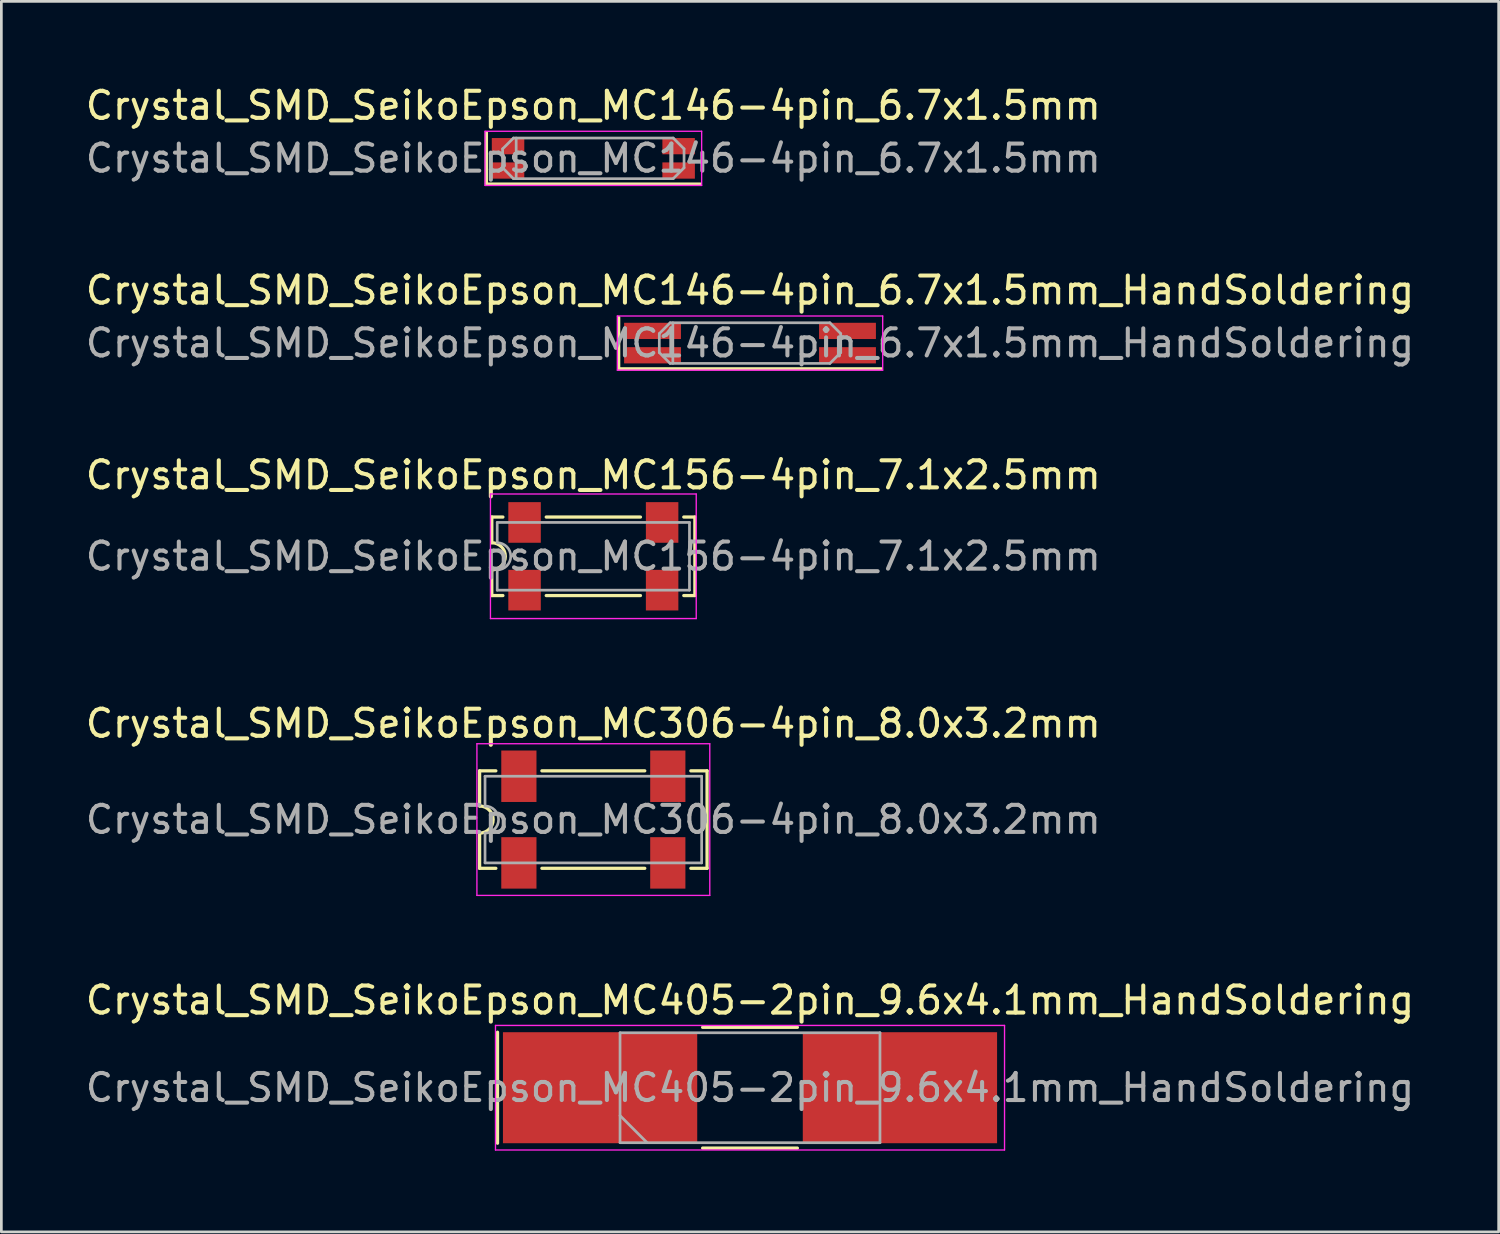
<source format=kicad_pcb>
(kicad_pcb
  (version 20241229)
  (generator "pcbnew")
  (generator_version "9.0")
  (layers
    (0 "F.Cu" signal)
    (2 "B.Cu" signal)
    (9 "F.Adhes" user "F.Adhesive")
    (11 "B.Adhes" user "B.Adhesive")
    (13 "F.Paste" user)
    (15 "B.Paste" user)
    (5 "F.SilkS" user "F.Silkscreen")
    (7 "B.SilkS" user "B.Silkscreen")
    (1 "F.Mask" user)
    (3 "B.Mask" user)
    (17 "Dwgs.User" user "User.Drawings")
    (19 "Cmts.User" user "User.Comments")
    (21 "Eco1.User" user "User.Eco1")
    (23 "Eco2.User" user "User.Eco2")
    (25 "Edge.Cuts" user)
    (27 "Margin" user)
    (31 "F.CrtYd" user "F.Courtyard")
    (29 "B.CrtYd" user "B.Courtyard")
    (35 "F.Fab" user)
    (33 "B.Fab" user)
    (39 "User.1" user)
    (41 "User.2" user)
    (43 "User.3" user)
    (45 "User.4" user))
  (footprint "Crystal_SMD_SeikoEpson_MC146-4pin_6.7x1.5mm"
    (layer "F.Cu")
    (at 18.863 2.798)
    (property "Reference" "Crystal_SMD_SeikoEpson_MC146-4pin_6.7x1.5mm" (at 0 -1.95 0) (layer "F.SilkS") (effects (font (size 1 1) (thickness 0.15))))
    (attr smd)
    (fp_line (start -3.95 -0.95) (end -3.95 0.95) (stroke (width 0.12) (type solid)) (layer "F.SilkS"))
    (fp_line (start -3.95 0.95) (end 3.95 0.95) (stroke (width 0.12) (type solid)) (layer "F.SilkS"))
    (fp_line (start -4 -1) (end -4 1) (stroke (width 0.05) (type solid)) (layer "F.CrtYd"))
    (fp_line (start -4 1) (end 4 1) (stroke (width 0.05) (type solid)) (layer "F.CrtYd"))
    (fp_line (start 4 -1) (end -4 -1) (stroke (width 0.05) (type solid)) (layer "F.CrtYd"))
    (fp_line (start 4 1) (end 4 -1) (stroke (width 0.05) (type solid)) (layer "F.CrtYd"))
    (fp_line (start -3.35 -0.35) (end -2.95 -0.75) (stroke (width 0.1) (type solid)) (layer "F.Fab"))
    (fp_line (start -3.35 0.35) (end -3.35 -0.35) (stroke (width 0.1) (type solid)) (layer "F.Fab"))
    (fp_line (start -2.95 -0.75) (end 2.95 -0.75) (stroke (width 0.1) (type solid)) (layer "F.Fab"))
    (fp_line (start -2.95 0.75) (end -3.35 0.35) (stroke (width 0.1) (type solid)) (layer "F.Fab"))
    (fp_line (start -2.85 -0.75) (end -2.85 0.75) (stroke (width 0.1) (type solid)) (layer "F.Fab"))
    (fp_line (start 2.95 -0.75) (end 3.35 -0.35) (stroke (width 0.1) (type solid)) (layer "F.Fab"))
    (fp_line (start 2.95 0.75) (end -2.95 0.75) (stroke (width 0.1) (type solid)) (layer "F.Fab"))
    (fp_line (start 3.35 -0.35) (end 3.35 0.35) (stroke (width 0.1) (type solid)) (layer "F.Fab"))
    (fp_line (start 3.35 0.35) (end 2.95 0.75) (stroke (width 0.1) (type solid)) (layer "F.Fab"))
    (fp_text user "${REFERENCE}" (at 0 0 0) (layer "F.Fab") (effects (font (size 1 1) (thickness 0.15))))
    (pad "1" smd rect (at -3.15 0.45) (size 1.2 0.6) (layers "F.Cu" "F.Mask" "F.Paste"))
    (pad "2" smd rect (at 3.15 0.45) (size 1.2 0.6) (layers "F.Cu" "F.Mask" "F.Paste"))
    (pad "3" smd rect (at 3.15 -0.45) (size 1.2 0.6) (layers "F.Cu" "F.Mask" "F.Paste"))
    (pad "4" smd rect (at -3.15 -0.45) (size 1.2 0.6) (layers "F.Cu" "F.Mask" "F.Paste")))
  (footprint "Crystal_SMD_SeikoEpson_MC306-4pin_8.0x3.2mm"
    (layer "F.Cu")
    (at 18.863 27.218)
    (property "Reference" "Crystal_SMD_SeikoEpson_MC306-4pin_8.0x3.2mm" (at 0 -3.55 0) (layer "F.SilkS") (effects (font (size 1 1) (thickness 0.15))))
    (attr smd)
    (fp_line (start -4.2 -1.8) (end -3.6 -1.8) (stroke (width 0.12) (type solid)) (layer "F.SilkS"))
    (fp_line (start -4.2 -0.5) (end -4.2 -1.8) (stroke (width 0.12) (type solid)) (layer "F.SilkS"))
    (fp_line (start -4.2 1.8) (end -4.2 0.5) (stroke (width 0.12) (type solid)) (layer "F.SilkS"))
    (fp_line (start -4.2 1.8) (end -3.6 1.8) (stroke (width 0.12) (type solid)) (layer "F.SilkS"))
    (fp_line (start -1.9 -1.8) (end 1.9 -1.8) (stroke (width 0.12) (type solid)) (layer "F.SilkS"))
    (fp_line (start 1.9 1.8) (end -1.9 1.8) (stroke (width 0.12) (type solid)) (layer "F.SilkS"))
    (fp_line (start 3.6 -1.8) (end 4.2 -1.8) (stroke (width 0.12) (type solid)) (layer "F.SilkS"))
    (fp_line (start 4.2 -1.8) (end 4.2 1.8) (stroke (width 0.12) (type solid)) (layer "F.SilkS"))
    (fp_line (start 4.2 1.8) (end 3.6 1.8) (stroke (width 0.12) (type solid)) (layer "F.SilkS"))
    (fp_arc (start -4.2 -0.5) (mid -3.7 0) (end -4.2 0.5) (stroke (width 0.12) (type solid)) (layer "F.SilkS"))
    (fp_line (start -4.3 -2.8) (end -4.3 2.8) (stroke (width 0.05) (type solid)) (layer "F.CrtYd"))
    (fp_line (start -4.3 2.8) (end 4.3 2.8) (stroke (width 0.05) (type solid)) (layer "F.CrtYd"))
    (fp_line (start 4.3 -2.8) (end -4.3 -2.8) (stroke (width 0.05) (type solid)) (layer "F.CrtYd"))
    (fp_line (start 4.3 2.8) (end 4.3 -2.8) (stroke (width 0.05) (type solid)) (layer "F.CrtYd"))
    (fp_line (start -4 -1.6) (end 4 -1.6) (stroke (width 0.1) (type solid)) (layer "F.Fab"))
    (fp_line (start -4 -0.5) (end -4 -1.6) (stroke (width 0.1) (type solid)) (layer "F.Fab"))
    (fp_line (start -4 1.6) (end -4 0.5) (stroke (width 0.1) (type solid)) (layer "F.Fab"))
    (fp_line (start 4 -1.6) (end 4 1.6) (stroke (width 0.1) (type solid)) (layer "F.Fab"))
    (fp_line (start 4 1.6) (end -4 1.6) (stroke (width 0.1) (type solid)) (layer "F.Fab"))
    (fp_arc (start -4 -0.5) (mid -3.5 0) (end -4 0.5) (stroke (width 0.1) (type solid)) (layer "F.Fab"))
    (fp_text user "${REFERENCE}" (at 0 0 0) (layer "F.Fab") (effects (font (size 1 1) (thickness 0.15))))
    (pad "1" smd rect (at -2.75 1.6) (size 1.3 1.9) (layers "F.Cu" "F.Mask" "F.Paste"))
    (pad "2" smd rect (at 2.75 1.6) (size 1.3 1.9) (layers "F.Cu" "F.Mask" "F.Paste"))
    (pad "3" smd rect (at 2.75 -1.6) (size 1.3 1.9) (layers "F.Cu" "F.Mask" "F.Paste"))
    (pad "4" smd rect (at -2.75 -1.6) (size 1.3 1.9) (layers "F.Cu" "F.Mask" "F.Paste")))
  (footprint "Crystal_SMD_SeikoEpson_MC156-4pin_7.1x2.5mm"
    (layer "F.Cu")
    (at 18.863 17.495)
    (property "Reference" "Crystal_SMD_SeikoEpson_MC156-4pin_7.1x2.5mm" (at 0 -3 0) (layer "F.SilkS") (effects (font (size 1 1) (thickness 0.15))))
    (attr smd)
    (fp_line (start -3.75 -1.45) (end -3.34 -1.45) (stroke (width 0.12) (type solid)) (layer "F.SilkS"))
    (fp_line (start -3.75 -0.5) (end -3.75 -1.45) (stroke (width 0.12) (type solid)) (layer "F.SilkS"))
    (fp_line (start -3.75 1.45) (end -3.75 0.5) (stroke (width 0.12) (type solid)) (layer "F.SilkS"))
    (fp_line (start -3.75 1.45) (end -3.34 1.45) (stroke (width 0.12) (type solid)) (layer "F.SilkS"))
    (fp_line (start -1.74 -1.45) (end 1.74 -1.45) (stroke (width 0.12) (type solid)) (layer "F.SilkS"))
    (fp_line (start 1.74 1.45) (end -1.74 1.45) (stroke (width 0.12) (type solid)) (layer "F.SilkS"))
    (fp_line (start 3.34 -1.45) (end 3.75 -1.45) (stroke (width 0.12) (type solid)) (layer "F.SilkS"))
    (fp_line (start 3.75 -1.45) (end 3.75 1.45) (stroke (width 0.12) (type solid)) (layer "F.SilkS"))
    (fp_line (start 3.75 1.45) (end 3.34 1.45) (stroke (width 0.12) (type solid)) (layer "F.SilkS"))
    (fp_arc (start -3.75 -0.5) (mid -3.25 0) (end -3.75 0.5) (stroke (width 0.12) (type solid)) (layer "F.SilkS"))
    (fp_line (start -3.8 -2.3) (end -3.8 2.3) (stroke (width 0.05) (type solid)) (layer "F.CrtYd"))
    (fp_line (start -3.8 2.3) (end 3.8 2.3) (stroke (width 0.05) (type solid)) (layer "F.CrtYd"))
    (fp_line (start 3.8 -2.3) (end -3.8 -2.3) (stroke (width 0.05) (type solid)) (layer "F.CrtYd"))
    (fp_line (start 3.8 2.3) (end 3.8 -2.3) (stroke (width 0.05) (type solid)) (layer "F.CrtYd"))
    (fp_line (start -3.55 -1.25) (end 3.55 -1.25) (stroke (width 0.1) (type solid)) (layer "F.Fab"))
    (fp_line (start -3.55 -0.5) (end -3.55 -1.25) (stroke (width 0.1) (type solid)) (layer "F.Fab"))
    (fp_line (start -3.55 1.25) (end -3.55 0.5) (stroke (width 0.1) (type solid)) (layer "F.Fab"))
    (fp_line (start 3.55 -1.25) (end 3.55 1.25) (stroke (width 0.1) (type solid)) (layer "F.Fab"))
    (fp_line (start 3.55 1.25) (end -3.55 1.25) (stroke (width 0.1) (type solid)) (layer "F.Fab"))
    (fp_arc (start -3.55 -0.5) (mid -3.05 0) (end -3.55 0.5) (stroke (width 0.1) (type solid)) (layer "F.Fab"))
    (fp_text user "${REFERENCE}" (at 0 0 0) (layer "F.Fab") (effects (font (size 1 1) (thickness 0.15))))
    (pad "1" smd rect (at -2.54 1.25) (size 1.2 1.5) (layers "F.Cu" "F.Mask" "F.Paste"))
    (pad "2" smd rect (at 2.54 1.25) (size 1.2 1.5) (layers "F.Cu" "F.Mask" "F.Paste"))
    (pad "3" smd rect (at 2.54 -1.25) (size 1.2 1.5) (layers "F.Cu" "F.Mask" "F.Paste"))
    (pad "4" smd rect (at -2.54 -1.25) (size 1.2 1.5) (layers "F.Cu" "F.Mask" "F.Paste")))
  (footprint "Crystal_SMD_SeikoEpson_MC405-2pin_9.6x4.1mm_HandSoldering"
    (layer "F.Cu")
    (at 24.649 37.121)
    (property "Reference" "Crystal_SMD_SeikoEpson_MC405-2pin_9.6x4.1mm_HandSoldering" (at 0 -3.23 0) (layer "F.SilkS") (effects (font (size 1 1) (thickness 0.15))))
    (attr smd)
    (fp_line (start -9.325 -2.05) (end -9.325 2.05) (stroke (width 0.12) (type solid)) (layer "F.SilkS"))
    (fp_line (start -1.75 -2.23) (end 1.75 -2.23) (stroke (width 0.12) (type solid)) (layer "F.SilkS"))
    (fp_line (start -1.75 2.23) (end 1.75 2.23) (stroke (width 0.12) (type solid)) (layer "F.SilkS"))
    (fp_line (start -9.4 -2.3) (end -9.4 2.3) (stroke (width 0.05) (type solid)) (layer "F.CrtYd"))
    (fp_line (start -9.4 2.3) (end 9.4 2.3) (stroke (width 0.05) (type solid)) (layer "F.CrtYd"))
    (fp_line (start 9.4 -2.3) (end -9.4 -2.3) (stroke (width 0.05) (type solid)) (layer "F.CrtYd"))
    (fp_line (start 9.4 2.3) (end 9.4 -2.3) (stroke (width 0.05) (type solid)) (layer "F.CrtYd"))
    (fp_line (start -4.8 -2.03) (end -4.8 2.03) (stroke (width 0.1) (type solid)) (layer "F.Fab"))
    (fp_line (start -4.8 1.03) (end -3.8 2.03) (stroke (width 0.1) (type solid)) (layer "F.Fab"))
    (fp_line (start -4.8 2.03) (end 4.8 2.03) (stroke (width 0.1) (type solid)) (layer "F.Fab"))
    (fp_line (start 4.8 -2.03) (end -4.8 -2.03) (stroke (width 0.1) (type solid)) (layer "F.Fab"))
    (fp_line (start 4.8 2.03) (end 4.8 -2.03) (stroke (width 0.1) (type solid)) (layer "F.Fab"))
    (fp_text user "${REFERENCE}" (at 0 0 0) (layer "F.Fab") (effects (font (size 1 1) (thickness 0.15))))
    (pad "1" smd rect (at -5.537 0) (size 7.175 4.1) (layers "F.Cu" "F.Mask" "F.Paste"))
    (pad "2" smd rect (at 5.537 0) (size 7.175 4.1) (layers "F.Cu" "F.Mask" "F.Paste")))
  (footprint "Crystal_SMD_SeikoEpson_MC146-4pin_6.7x1.5mm_HandSoldering"
    (layer "F.Cu")
    (at 24.649 9.621)
    (property "Reference" "Crystal_SMD_SeikoEpson_MC146-4pin_6.7x1.5mm_HandSoldering" (at 0 -1.95 0) (layer "F.SilkS") (effects (font (size 1 1) (thickness 0.15))))
    (attr smd)
    (fp_line (start -4.85 -0.95) (end -4.85 0.95) (stroke (width 0.12) (type solid)) (layer "F.SilkS"))
    (fp_line (start -4.85 0.95) (end 4.85 0.95) (stroke (width 0.12) (type solid)) (layer "F.SilkS"))
    (fp_line (start -4.9 -1) (end -4.9 1) (stroke (width 0.05) (type solid)) (layer "F.CrtYd"))
    (fp_line (start -4.9 1) (end 4.9 1) (stroke (width 0.05) (type solid)) (layer "F.CrtYd"))
    (fp_line (start 4.9 -1) (end -4.9 -1) (stroke (width 0.05) (type solid)) (layer "F.CrtYd"))
    (fp_line (start 4.9 1) (end 4.9 -1) (stroke (width 0.05) (type solid)) (layer "F.CrtYd"))
    (fp_line (start -3.35 -0.35) (end -2.95 -0.75) (stroke (width 0.1) (type solid)) (layer "F.Fab"))
    (fp_line (start -3.35 0.35) (end -3.35 -0.35) (stroke (width 0.1) (type solid)) (layer "F.Fab"))
    (fp_line (start -2.95 -0.75) (end 2.95 -0.75) (stroke (width 0.1) (type solid)) (layer "F.Fab"))
    (fp_line (start -2.95 0.75) (end -3.35 0.35) (stroke (width 0.1) (type solid)) (layer "F.Fab"))
    (fp_line (start -2.85 -0.75) (end -2.85 0.75) (stroke (width 0.1) (type solid)) (layer "F.Fab"))
    (fp_line (start 2.95 -0.75) (end 3.35 -0.35) (stroke (width 0.1) (type solid)) (layer "F.Fab"))
    (fp_line (start 2.95 0.75) (end -2.95 0.75) (stroke (width 0.1) (type solid)) (layer "F.Fab"))
    (fp_line (start 3.35 -0.35) (end 3.35 0.35) (stroke (width 0.1) (type solid)) (layer "F.Fab"))
    (fp_line (start 3.35 0.35) (end 2.95 0.75) (stroke (width 0.1) (type solid)) (layer "F.Fab"))
    (fp_text user "${REFERENCE}" (at 0 0 0) (layer "F.Fab") (effects (font (size 1 1) (thickness 0.15))))
    (pad "1" smd rect (at -3.6 0.45) (size 2.1 0.6) (layers "F.Cu" "F.Mask" "F.Paste"))
    (pad "2" smd rect (at 3.6 0.45) (size 2.1 0.6) (layers "F.Cu" "F.Mask" "F.Paste"))
    (pad "3" smd rect (at 3.6 -0.45) (size 2.1 0.6) (layers "F.Cu" "F.Mask" "F.Paste"))
    (pad "4" smd rect (at -3.6 -0.45) (size 2.1 0.6) (layers "F.Cu" "F.Mask" "F.Paste")))
  (gr_rect
    (start -3 -3)
    (end 52.298 42.446)
    (stroke (width 0.1) (type default))
    (fill no)
    (layer "Edge.Cuts")))
</source>
